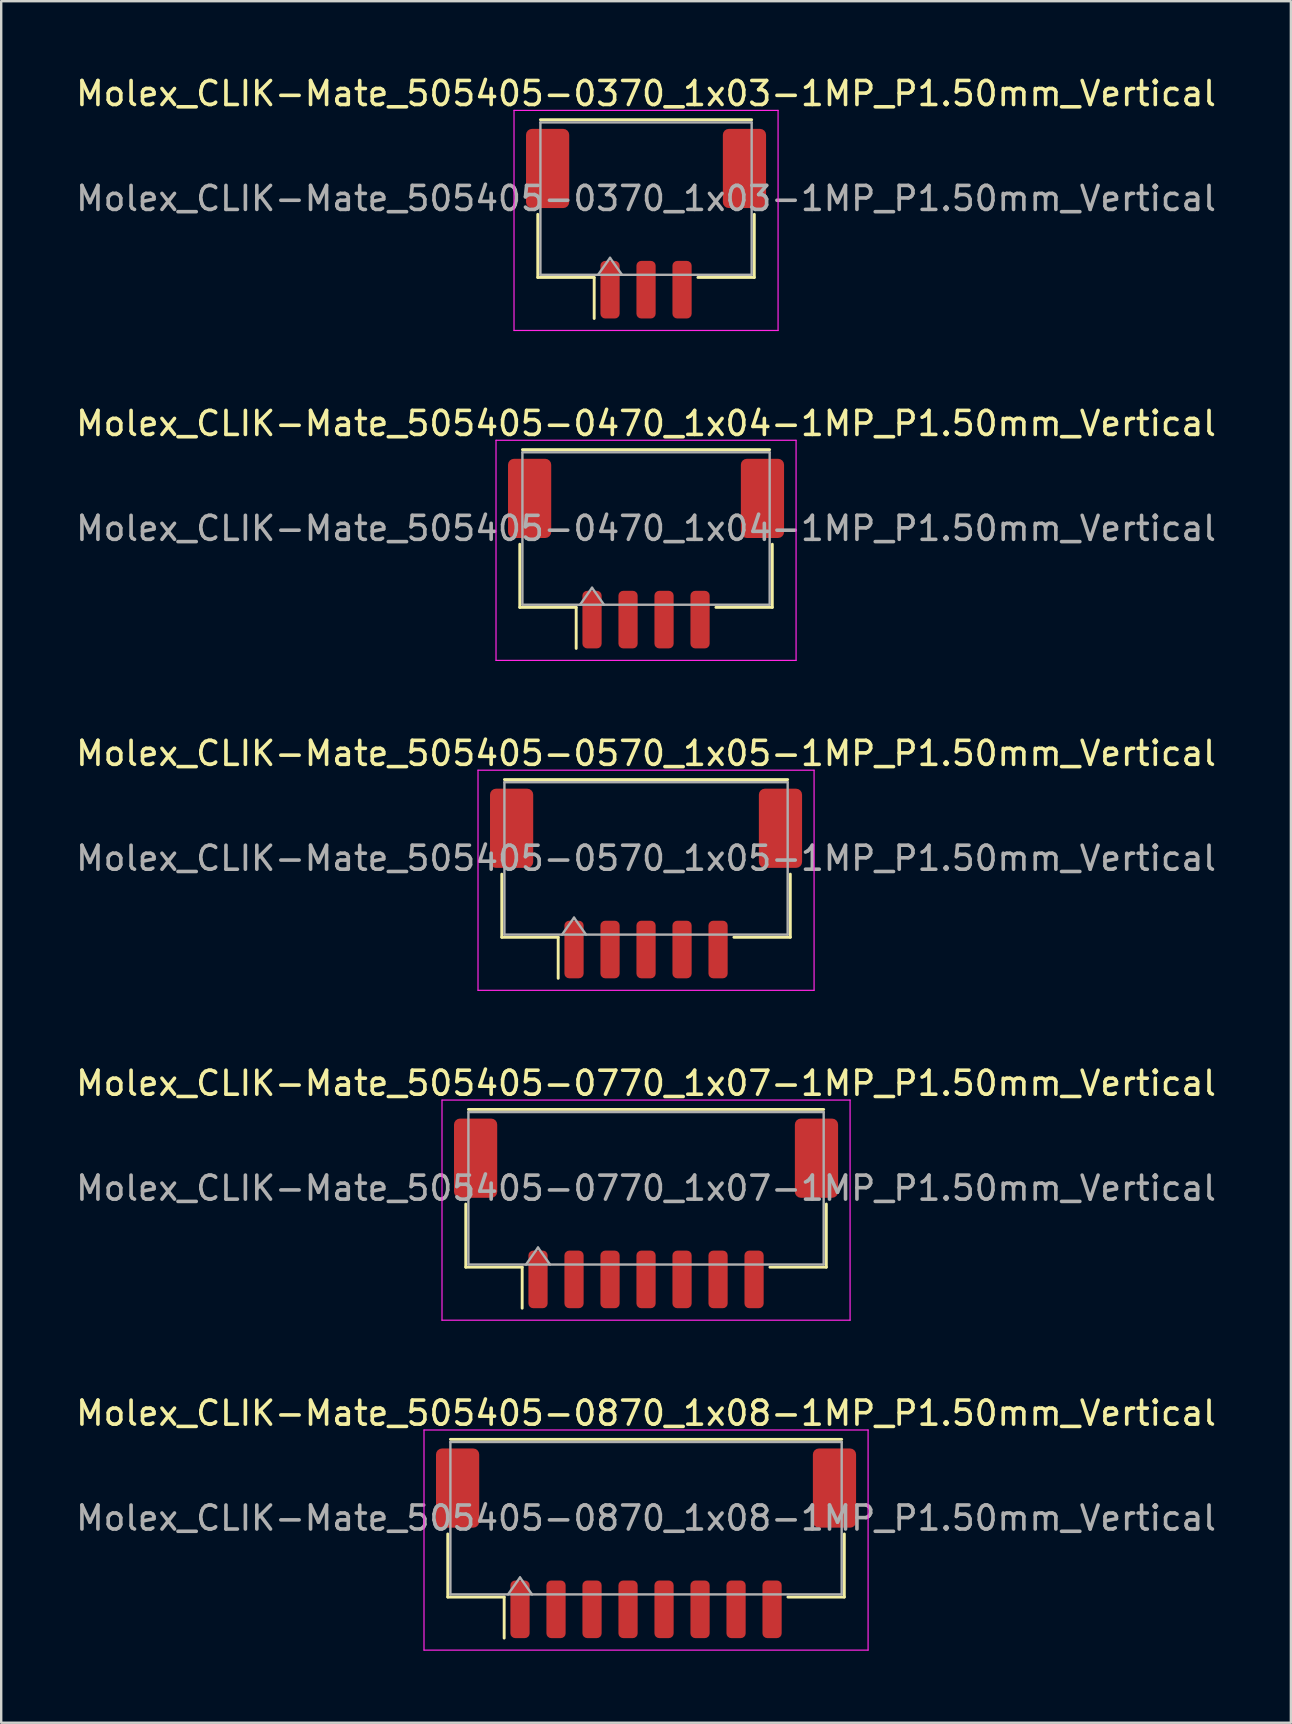
<source format=kicad_pcb>
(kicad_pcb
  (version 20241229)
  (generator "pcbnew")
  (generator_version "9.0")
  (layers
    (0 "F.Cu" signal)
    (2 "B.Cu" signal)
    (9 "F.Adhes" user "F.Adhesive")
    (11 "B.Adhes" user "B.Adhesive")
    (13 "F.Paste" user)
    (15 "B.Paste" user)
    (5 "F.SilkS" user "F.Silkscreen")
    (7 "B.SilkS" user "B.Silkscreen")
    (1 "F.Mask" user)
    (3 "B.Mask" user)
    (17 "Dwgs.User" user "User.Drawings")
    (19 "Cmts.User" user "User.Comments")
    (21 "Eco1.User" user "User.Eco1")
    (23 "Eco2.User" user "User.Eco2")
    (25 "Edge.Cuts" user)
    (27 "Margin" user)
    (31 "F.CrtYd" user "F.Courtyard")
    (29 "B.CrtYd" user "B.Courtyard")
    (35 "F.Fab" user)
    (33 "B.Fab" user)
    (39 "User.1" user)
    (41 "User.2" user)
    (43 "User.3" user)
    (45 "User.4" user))
  (footprint "Molex_CLIK-Mate_505405-0470_1x04-1MP_P1.50mm_Vertical"
    (layer "F.Cu")
    (at 23.863 20.012)
    (property "Reference" "Molex_CLIK-Mate_505405-0470_1x04-1MP_P1.50mm_Vertical" (at 0 -5.42 0) (layer "F.SilkS") (effects (font (size 1 1) (thickness 0.15))))
    (attr smd)
    (fp_line (start -5.26 -0.39) (end -5.26 2.24) (stroke (width 0.12) (type solid)) (layer "F.SilkS"))
    (fp_line (start -5.26 2.24) (end -2.91 2.24) (stroke (width 0.12) (type solid)) (layer "F.SilkS"))
    (fp_line (start -5.15 -4.33) (end 5.15 -4.33) (stroke (width 0.12) (type solid)) (layer "F.SilkS"))
    (fp_line (start -2.91 2.24) (end -2.91 3.95) (stroke (width 0.12) (type solid)) (layer "F.SilkS"))
    (fp_line (start 5.26 -0.39) (end 5.26 2.24) (stroke (width 0.12) (type solid)) (layer "F.SilkS"))
    (fp_line (start 5.26 2.24) (end 2.91 2.24) (stroke (width 0.12) (type solid)) (layer "F.SilkS"))
    (fp_line (start -6.25 -4.72) (end -6.25 4.45) (stroke (width 0.05) (type solid)) (layer "F.CrtYd"))
    (fp_line (start -6.25 4.45) (end 6.25 4.45) (stroke (width 0.05) (type solid)) (layer "F.CrtYd"))
    (fp_line (start 6.25 -4.72) (end -6.25 -4.72) (stroke (width 0.05) (type solid)) (layer "F.CrtYd"))
    (fp_line (start 6.25 4.45) (end 6.25 -4.72) (stroke (width 0.05) (type solid)) (layer "F.CrtYd"))
    (fp_line (start -5.15 -4.22) (end 5.15 -4.22) (stroke (width 0.1) (type solid)) (layer "F.Fab"))
    (fp_line (start -5.15 2.13) (end -5.15 -4.22) (stroke (width 0.1) (type solid)) (layer "F.Fab"))
    (fp_line (start -5.15 2.13) (end 5.15 2.13) (stroke (width 0.1) (type solid)) (layer "F.Fab"))
    (fp_line (start -2.75 2.13) (end -2.25 1.423) (stroke (width 0.1) (type solid)) (layer "F.Fab"))
    (fp_line (start -2.25 1.423) (end -1.75 2.13) (stroke (width 0.1) (type solid)) (layer "F.Fab"))
    (fp_line (start 5.15 2.13) (end 5.15 -4.22) (stroke (width 0.1) (type solid)) (layer "F.Fab"))
    (fp_text user "${REFERENCE}" (at 0 -1.05 0) (layer "F.Fab") (effects (font (size 1 1) (thickness 0.15))))
    (pad "1" smd roundrect (at -2.25 2.75) (size 0.8 2.4) (layers "F.Cu" "F.Mask" "F.Paste") (roundrect_rratio 0.25))
    (pad "2" smd roundrect (at -0.75 2.75) (size 0.8 2.4) (layers "F.Cu" "F.Mask" "F.Paste") (roundrect_rratio 0.25))
    (pad "3" smd roundrect (at 0.75 2.75) (size 0.8 2.4) (layers "F.Cu" "F.Mask" "F.Paste") (roundrect_rratio 0.25))
    (pad "4" smd roundrect (at 2.25 2.75) (size 0.8 2.4) (layers "F.Cu" "F.Mask" "F.Paste") (roundrect_rratio 0.25))
    (pad "MP" smd roundrect (at -4.85 -2.3) (size 1.8 3.3) (layers "F.Cu" "F.Mask" "F.Paste") (roundrect_rratio 0.139))
    (pad "MP" smd roundrect (at 4.85 -2.3) (size 1.8 3.3) (layers "F.Cu" "F.Mask" "F.Paste") (roundrect_rratio 0.139)))
  (footprint "Molex_CLIK-Mate_505405-0870_1x08-1MP_P1.50mm_Vertical"
    (layer "F.Cu")
    (at 23.863 61.241)
    (property "Reference" "Molex_CLIK-Mate_505405-0870_1x08-1MP_P1.50mm_Vertical" (at 0 -5.42 0) (layer "F.SilkS") (effects (font (size 1 1) (thickness 0.15))))
    (attr smd)
    (fp_line (start -8.26 -0.39) (end -8.26 2.24) (stroke (width 0.12) (type solid)) (layer "F.SilkS"))
    (fp_line (start -8.26 2.24) (end -5.91 2.24) (stroke (width 0.12) (type solid)) (layer "F.SilkS"))
    (fp_line (start -8.15 -4.33) (end 8.15 -4.33) (stroke (width 0.12) (type solid)) (layer "F.SilkS"))
    (fp_line (start -5.91 2.24) (end -5.91 3.95) (stroke (width 0.12) (type solid)) (layer "F.SilkS"))
    (fp_line (start 8.26 -0.39) (end 8.26 2.24) (stroke (width 0.12) (type solid)) (layer "F.SilkS"))
    (fp_line (start 8.26 2.24) (end 5.91 2.24) (stroke (width 0.12) (type solid)) (layer "F.SilkS"))
    (fp_line (start -9.25 -4.72) (end -9.25 4.45) (stroke (width 0.05) (type solid)) (layer "F.CrtYd"))
    (fp_line (start -9.25 4.45) (end 9.25 4.45) (stroke (width 0.05) (type solid)) (layer "F.CrtYd"))
    (fp_line (start 9.25 -4.72) (end -9.25 -4.72) (stroke (width 0.05) (type solid)) (layer "F.CrtYd"))
    (fp_line (start 9.25 4.45) (end 9.25 -4.72) (stroke (width 0.05) (type solid)) (layer "F.CrtYd"))
    (fp_line (start -8.15 -4.22) (end 8.15 -4.22) (stroke (width 0.1) (type solid)) (layer "F.Fab"))
    (fp_line (start -8.15 2.13) (end -8.15 -4.22) (stroke (width 0.1) (type solid)) (layer "F.Fab"))
    (fp_line (start -8.15 2.13) (end 8.15 2.13) (stroke (width 0.1) (type solid)) (layer "F.Fab"))
    (fp_line (start -5.75 2.13) (end -5.25 1.423) (stroke (width 0.1) (type solid)) (layer "F.Fab"))
    (fp_line (start -5.25 1.423) (end -4.75 2.13) (stroke (width 0.1) (type solid)) (layer "F.Fab"))
    (fp_line (start 8.15 2.13) (end 8.15 -4.22) (stroke (width 0.1) (type solid)) (layer "F.Fab"))
    (fp_text user "${REFERENCE}" (at 0 -1.05 0) (layer "F.Fab") (effects (font (size 1 1) (thickness 0.15))))
    (pad "1" smd roundrect (at -5.25 2.75) (size 0.8 2.4) (layers "F.Cu" "F.Mask" "F.Paste") (roundrect_rratio 0.25))
    (pad "2" smd roundrect (at -3.75 2.75) (size 0.8 2.4) (layers "F.Cu" "F.Mask" "F.Paste") (roundrect_rratio 0.25))
    (pad "3" smd roundrect (at -2.25 2.75) (size 0.8 2.4) (layers "F.Cu" "F.Mask" "F.Paste") (roundrect_rratio 0.25))
    (pad "4" smd roundrect (at -0.75 2.75) (size 0.8 2.4) (layers "F.Cu" "F.Mask" "F.Paste") (roundrect_rratio 0.25))
    (pad "5" smd roundrect (at 0.75 2.75) (size 0.8 2.4) (layers "F.Cu" "F.Mask" "F.Paste") (roundrect_rratio 0.25))
    (pad "6" smd roundrect (at 2.25 2.75) (size 0.8 2.4) (layers "F.Cu" "F.Mask" "F.Paste") (roundrect_rratio 0.25))
    (pad "7" smd roundrect (at 3.75 2.75) (size 0.8 2.4) (layers "F.Cu" "F.Mask" "F.Paste") (roundrect_rratio 0.25))
    (pad "8" smd roundrect (at 5.25 2.75) (size 0.8 2.4) (layers "F.Cu" "F.Mask" "F.Paste") (roundrect_rratio 0.25))
    (pad "MP" smd roundrect (at -7.85 -2.3) (size 1.8 3.3) (layers "F.Cu" "F.Mask" "F.Paste") (roundrect_rratio 0.139))
    (pad "MP" smd roundrect (at 7.85 -2.3) (size 1.8 3.3) (layers "F.Cu" "F.Mask" "F.Paste") (roundrect_rratio 0.139)))
  (footprint "Molex_CLIK-Mate_505405-0770_1x07-1MP_P1.50mm_Vertical"
    (layer "F.Cu")
    (at 23.863 47.498)
    (property "Reference" "Molex_CLIK-Mate_505405-0770_1x07-1MP_P1.50mm_Vertical" (at 0 -5.42 0) (layer "F.SilkS") (effects (font (size 1 1) (thickness 0.15))))
    (attr smd)
    (fp_line (start -7.51 -0.39) (end -7.51 2.24) (stroke (width 0.12) (type solid)) (layer "F.SilkS"))
    (fp_line (start -7.51 2.24) (end -5.16 2.24) (stroke (width 0.12) (type solid)) (layer "F.SilkS"))
    (fp_line (start -7.4 -4.33) (end 7.4 -4.33) (stroke (width 0.12) (type solid)) (layer "F.SilkS"))
    (fp_line (start -5.16 2.24) (end -5.16 3.95) (stroke (width 0.12) (type solid)) (layer "F.SilkS"))
    (fp_line (start 7.51 -0.39) (end 7.51 2.24) (stroke (width 0.12) (type solid)) (layer "F.SilkS"))
    (fp_line (start 7.51 2.24) (end 5.16 2.24) (stroke (width 0.12) (type solid)) (layer "F.SilkS"))
    (fp_line (start -8.5 -4.72) (end -8.5 4.45) (stroke (width 0.05) (type solid)) (layer "F.CrtYd"))
    (fp_line (start -8.5 4.45) (end 8.5 4.45) (stroke (width 0.05) (type solid)) (layer "F.CrtYd"))
    (fp_line (start 8.5 -4.72) (end -8.5 -4.72) (stroke (width 0.05) (type solid)) (layer "F.CrtYd"))
    (fp_line (start 8.5 4.45) (end 8.5 -4.72) (stroke (width 0.05) (type solid)) (layer "F.CrtYd"))
    (fp_line (start -7.4 -4.22) (end 7.4 -4.22) (stroke (width 0.1) (type solid)) (layer "F.Fab"))
    (fp_line (start -7.4 2.13) (end -7.4 -4.22) (stroke (width 0.1) (type solid)) (layer "F.Fab"))
    (fp_line (start -7.4 2.13) (end 7.4 2.13) (stroke (width 0.1) (type solid)) (layer "F.Fab"))
    (fp_line (start -5 2.13) (end -4.5 1.423) (stroke (width 0.1) (type solid)) (layer "F.Fab"))
    (fp_line (start -4.5 1.423) (end -4 2.13) (stroke (width 0.1) (type solid)) (layer "F.Fab"))
    (fp_line (start 7.4 2.13) (end 7.4 -4.22) (stroke (width 0.1) (type solid)) (layer "F.Fab"))
    (fp_text user "${REFERENCE}" (at 0 -1.05 0) (layer "F.Fab") (effects (font (size 1 1) (thickness 0.15))))
    (pad "1" smd roundrect (at -4.5 2.75) (size 0.8 2.4) (layers "F.Cu" "F.Mask" "F.Paste") (roundrect_rratio 0.25))
    (pad "2" smd roundrect (at -3 2.75) (size 0.8 2.4) (layers "F.Cu" "F.Mask" "F.Paste") (roundrect_rratio 0.25))
    (pad "3" smd roundrect (at -1.5 2.75) (size 0.8 2.4) (layers "F.Cu" "F.Mask" "F.Paste") (roundrect_rratio 0.25))
    (pad "4" smd roundrect (at 0 2.75) (size 0.8 2.4) (layers "F.Cu" "F.Mask" "F.Paste") (roundrect_rratio 0.25))
    (pad "5" smd roundrect (at 1.5 2.75) (size 0.8 2.4) (layers "F.Cu" "F.Mask" "F.Paste") (roundrect_rratio 0.25))
    (pad "6" smd roundrect (at 3 2.75) (size 0.8 2.4) (layers "F.Cu" "F.Mask" "F.Paste") (roundrect_rratio 0.25))
    (pad "7" smd roundrect (at 4.5 2.75) (size 0.8 2.4) (layers "F.Cu" "F.Mask" "F.Paste") (roundrect_rratio 0.25))
    (pad "MP" smd roundrect (at -7.1 -2.3) (size 1.8 3.3) (layers "F.Cu" "F.Mask" "F.Paste") (roundrect_rratio 0.139))
    (pad "MP" smd roundrect (at 7.1 -2.3) (size 1.8 3.3) (layers "F.Cu" "F.Mask" "F.Paste") (roundrect_rratio 0.139)))
  (footprint "Molex_CLIK-Mate_505405-0570_1x05-1MP_P1.50mm_Vertical"
    (layer "F.Cu")
    (at 23.863 33.755)
    (property "Reference" "Molex_CLIK-Mate_505405-0570_1x05-1MP_P1.50mm_Vertical" (at 0 -5.42 0) (layer "F.SilkS") (effects (font (size 1 1) (thickness 0.15))))
    (attr smd)
    (fp_line (start -6.01 -0.39) (end -6.01 2.24) (stroke (width 0.12) (type solid)) (layer "F.SilkS"))
    (fp_line (start -6.01 2.24) (end -3.66 2.24) (stroke (width 0.12) (type solid)) (layer "F.SilkS"))
    (fp_line (start -5.9 -4.33) (end 5.9 -4.33) (stroke (width 0.12) (type solid)) (layer "F.SilkS"))
    (fp_line (start -3.66 2.24) (end -3.66 3.95) (stroke (width 0.12) (type solid)) (layer "F.SilkS"))
    (fp_line (start 6.01 -0.39) (end 6.01 2.24) (stroke (width 0.12) (type solid)) (layer "F.SilkS"))
    (fp_line (start 6.01 2.24) (end 3.66 2.24) (stroke (width 0.12) (type solid)) (layer "F.SilkS"))
    (fp_line (start -7 -4.72) (end -7 4.45) (stroke (width 0.05) (type solid)) (layer "F.CrtYd"))
    (fp_line (start -7 4.45) (end 7 4.45) (stroke (width 0.05) (type solid)) (layer "F.CrtYd"))
    (fp_line (start 7 -4.72) (end -7 -4.72) (stroke (width 0.05) (type solid)) (layer "F.CrtYd"))
    (fp_line (start 7 4.45) (end 7 -4.72) (stroke (width 0.05) (type solid)) (layer "F.CrtYd"))
    (fp_line (start -5.9 -4.22) (end 5.9 -4.22) (stroke (width 0.1) (type solid)) (layer "F.Fab"))
    (fp_line (start -5.9 2.13) (end -5.9 -4.22) (stroke (width 0.1) (type solid)) (layer "F.Fab"))
    (fp_line (start -5.9 2.13) (end 5.9 2.13) (stroke (width 0.1) (type solid)) (layer "F.Fab"))
    (fp_line (start -3.5 2.13) (end -3 1.423) (stroke (width 0.1) (type solid)) (layer "F.Fab"))
    (fp_line (start -3 1.423) (end -2.5 2.13) (stroke (width 0.1) (type solid)) (layer "F.Fab"))
    (fp_line (start 5.9 2.13) (end 5.9 -4.22) (stroke (width 0.1) (type solid)) (layer "F.Fab"))
    (fp_text user "${REFERENCE}" (at 0 -1.05 0) (layer "F.Fab") (effects (font (size 1 1) (thickness 0.15))))
    (pad "1" smd roundrect (at -3 2.75) (size 0.8 2.4) (layers "F.Cu" "F.Mask" "F.Paste") (roundrect_rratio 0.25))
    (pad "2" smd roundrect (at -1.5 2.75) (size 0.8 2.4) (layers "F.Cu" "F.Mask" "F.Paste") (roundrect_rratio 0.25))
    (pad "3" smd roundrect (at 0 2.75) (size 0.8 2.4) (layers "F.Cu" "F.Mask" "F.Paste") (roundrect_rratio 0.25))
    (pad "4" smd roundrect (at 1.5 2.75) (size 0.8 2.4) (layers "F.Cu" "F.Mask" "F.Paste") (roundrect_rratio 0.25))
    (pad "5" smd roundrect (at 3 2.75) (size 0.8 2.4) (layers "F.Cu" "F.Mask" "F.Paste") (roundrect_rratio 0.25))
    (pad "MP" smd roundrect (at -5.6 -2.3) (size 1.8 3.3) (layers "F.Cu" "F.Mask" "F.Paste") (roundrect_rratio 0.139))
    (pad "MP" smd roundrect (at 5.6 -2.3) (size 1.8 3.3) (layers "F.Cu" "F.Mask" "F.Paste") (roundrect_rratio 0.139)))
  (footprint "Molex_CLIK-Mate_505405-0370_1x03-1MP_P1.50mm_Vertical"
    (layer "F.Cu")
    (at 23.863 6.268)
    (property "Reference" "Molex_CLIK-Mate_505405-0370_1x03-1MP_P1.50mm_Vertical" (at 0 -5.42 0) (layer "F.SilkS") (effects (font (size 1 1) (thickness 0.15))))
    (attr smd)
    (fp_line (start -4.51 -0.39) (end -4.51 2.24) (stroke (width 0.12) (type solid)) (layer "F.SilkS"))
    (fp_line (start -4.51 2.24) (end -2.16 2.24) (stroke (width 0.12) (type solid)) (layer "F.SilkS"))
    (fp_line (start -4.4 -4.33) (end 4.4 -4.33) (stroke (width 0.12) (type solid)) (layer "F.SilkS"))
    (fp_line (start -2.16 2.24) (end -2.16 3.95) (stroke (width 0.12) (type solid)) (layer "F.SilkS"))
    (fp_line (start 4.51 -0.39) (end 4.51 2.24) (stroke (width 0.12) (type solid)) (layer "F.SilkS"))
    (fp_line (start 4.51 2.24) (end 2.16 2.24) (stroke (width 0.12) (type solid)) (layer "F.SilkS"))
    (fp_line (start -5.5 -4.72) (end -5.5 4.45) (stroke (width 0.05) (type solid)) (layer "F.CrtYd"))
    (fp_line (start -5.5 4.45) (end 5.5 4.45) (stroke (width 0.05) (type solid)) (layer "F.CrtYd"))
    (fp_line (start 5.5 -4.72) (end -5.5 -4.72) (stroke (width 0.05) (type solid)) (layer "F.CrtYd"))
    (fp_line (start 5.5 4.45) (end 5.5 -4.72) (stroke (width 0.05) (type solid)) (layer "F.CrtYd"))
    (fp_line (start -4.4 -4.22) (end 4.4 -4.22) (stroke (width 0.1) (type solid)) (layer "F.Fab"))
    (fp_line (start -4.4 2.13) (end -4.4 -4.22) (stroke (width 0.1) (type solid)) (layer "F.Fab"))
    (fp_line (start -4.4 2.13) (end 4.4 2.13) (stroke (width 0.1) (type solid)) (layer "F.Fab"))
    (fp_line (start -2 2.13) (end -1.5 1.423) (stroke (width 0.1) (type solid)) (layer "F.Fab"))
    (fp_line (start -1.5 1.423) (end -1 2.13) (stroke (width 0.1) (type solid)) (layer "F.Fab"))
    (fp_line (start 4.4 2.13) (end 4.4 -4.22) (stroke (width 0.1) (type solid)) (layer "F.Fab"))
    (fp_text user "${REFERENCE}" (at 0 -1.05 0) (layer "F.Fab") (effects (font (size 1 1) (thickness 0.15))))
    (pad "1" smd roundrect (at -1.5 2.75) (size 0.8 2.4) (layers "F.Cu" "F.Mask" "F.Paste") (roundrect_rratio 0.25))
    (pad "2" smd roundrect (at 0 2.75) (size 0.8 2.4) (layers "F.Cu" "F.Mask" "F.Paste") (roundrect_rratio 0.25))
    (pad "3" smd roundrect (at 1.5 2.75) (size 0.8 2.4) (layers "F.Cu" "F.Mask" "F.Paste") (roundrect_rratio 0.25))
    (pad "MP" smd roundrect (at -4.1 -2.3) (size 1.8 3.3) (layers "F.Cu" "F.Mask" "F.Paste") (roundrect_rratio 0.139))
    (pad "MP" smd roundrect (at 4.1 -2.3) (size 1.8 3.3) (layers "F.Cu" "F.Mask" "F.Paste") (roundrect_rratio 0.139)))
  (gr_rect
    (start -3 -3)
    (end 50.726 68.716)
    (stroke (width 0.1) (type default))
    (fill no)
    (layer "Edge.Cuts")))
</source>
